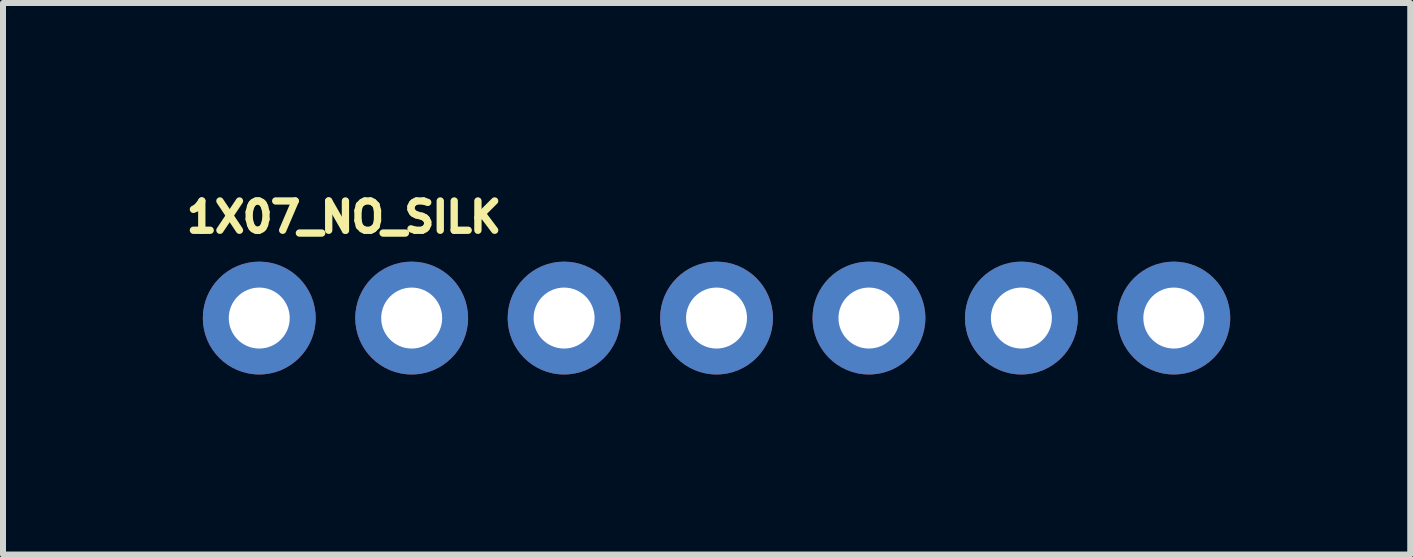
<source format=kicad_pcb>
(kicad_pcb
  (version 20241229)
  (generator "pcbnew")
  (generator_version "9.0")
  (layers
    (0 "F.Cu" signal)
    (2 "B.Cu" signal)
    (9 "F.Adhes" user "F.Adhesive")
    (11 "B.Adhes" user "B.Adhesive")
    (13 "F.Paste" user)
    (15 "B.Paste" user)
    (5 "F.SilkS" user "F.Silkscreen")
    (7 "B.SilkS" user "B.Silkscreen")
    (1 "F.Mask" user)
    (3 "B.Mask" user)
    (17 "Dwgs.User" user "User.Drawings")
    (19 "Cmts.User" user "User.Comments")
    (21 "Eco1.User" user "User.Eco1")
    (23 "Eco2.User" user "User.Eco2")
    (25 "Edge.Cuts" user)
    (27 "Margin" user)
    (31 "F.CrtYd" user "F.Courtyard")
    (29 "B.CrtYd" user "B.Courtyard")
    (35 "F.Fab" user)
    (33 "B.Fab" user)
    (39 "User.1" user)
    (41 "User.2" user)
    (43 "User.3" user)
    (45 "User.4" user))
  (footprint "1X07_NO_SILK"
    (layer "F.Cu")
    (at 1.27 2.25)
    (property "Reference" "1X07_NO_SILK" (at -1.27 -1.397 0) (layer "F.SilkS") (effects (font (size 0.488 0.488) (thickness 0.122)) (justify left bottom)))
    (fp_poly (pts (xy -0.254 0.254) (xy 0.254 0.254) (xy 0.254 -0.254) (xy -0.254 -0.254)) (stroke (width 0.1) (type solid)) (fill no) (layer "F.Fab"))
    (fp_poly (pts (xy 2.286 0.254) (xy 2.794 0.254) (xy 2.794 -0.254) (xy 2.286 -0.254)) (stroke (width 0.1) (type solid)) (fill no) (layer "F.Fab"))
    (fp_poly (pts (xy 4.826 0.254) (xy 5.334 0.254) (xy 5.334 -0.254) (xy 4.826 -0.254)) (stroke (width 0.1) (type solid)) (fill no) (layer "F.Fab"))
    (fp_poly (pts (xy 7.366 0.254) (xy 7.874 0.254) (xy 7.874 -0.254) (xy 7.366 -0.254)) (stroke (width 0.1) (type solid)) (fill no) (layer "F.Fab"))
    (fp_poly (pts (xy 9.906 0.254) (xy 10.414 0.254) (xy 10.414 -0.254) (xy 9.906 -0.254)) (stroke (width 0.1) (type solid)) (fill no) (layer "F.Fab"))
    (fp_poly (pts (xy 12.446 0.254) (xy 12.954 0.254) (xy 12.954 -0.254) (xy 12.446 -0.254)) (stroke (width 0.1) (type solid)) (fill no) (layer "F.Fab"))
    (fp_poly (pts (xy 14.986 0.254) (xy 15.494 0.254) (xy 15.494 -0.254) (xy 14.986 -0.254)) (stroke (width 0.1) (type solid)) (fill no) (layer "F.Fab"))
    (pad "1" thru_hole circle (at 0 0 90) (size 1.88 1.88) (drill 1.016) (layers "*.Cu" "*.Mask"))
    (pad "2" thru_hole circle (at 2.54 0 90) (size 1.88 1.88) (drill 1.016) (layers "*.Cu" "*.Mask"))
    (pad "3" thru_hole circle (at 5.08 0 90) (size 1.88 1.88) (drill 1.016) (layers "*.Cu" "*.Mask"))
    (pad "4" thru_hole circle (at 7.62 0 90) (size 1.88 1.88) (drill 1.016) (layers "*.Cu" "*.Mask"))
    (pad "5" thru_hole circle (at 10.16 0 90) (size 1.88 1.88) (drill 1.016) (layers "*.Cu" "*.Mask"))
    (pad "6" thru_hole circle (at 12.7 0 90) (size 1.88 1.88) (drill 1.016) (layers "*.Cu" "*.Mask"))
    (pad "7" thru_hole circle (at 15.24 0 90) (size 1.88 1.88) (drill 1.016) (layers "*.Cu" "*.Mask")))
  (gr_rect
    (start -3 -3)
    (end 20.45 6.19)
    (stroke (width 0.1) (type default))
    (fill no)
    (layer "Edge.Cuts")))
</source>
